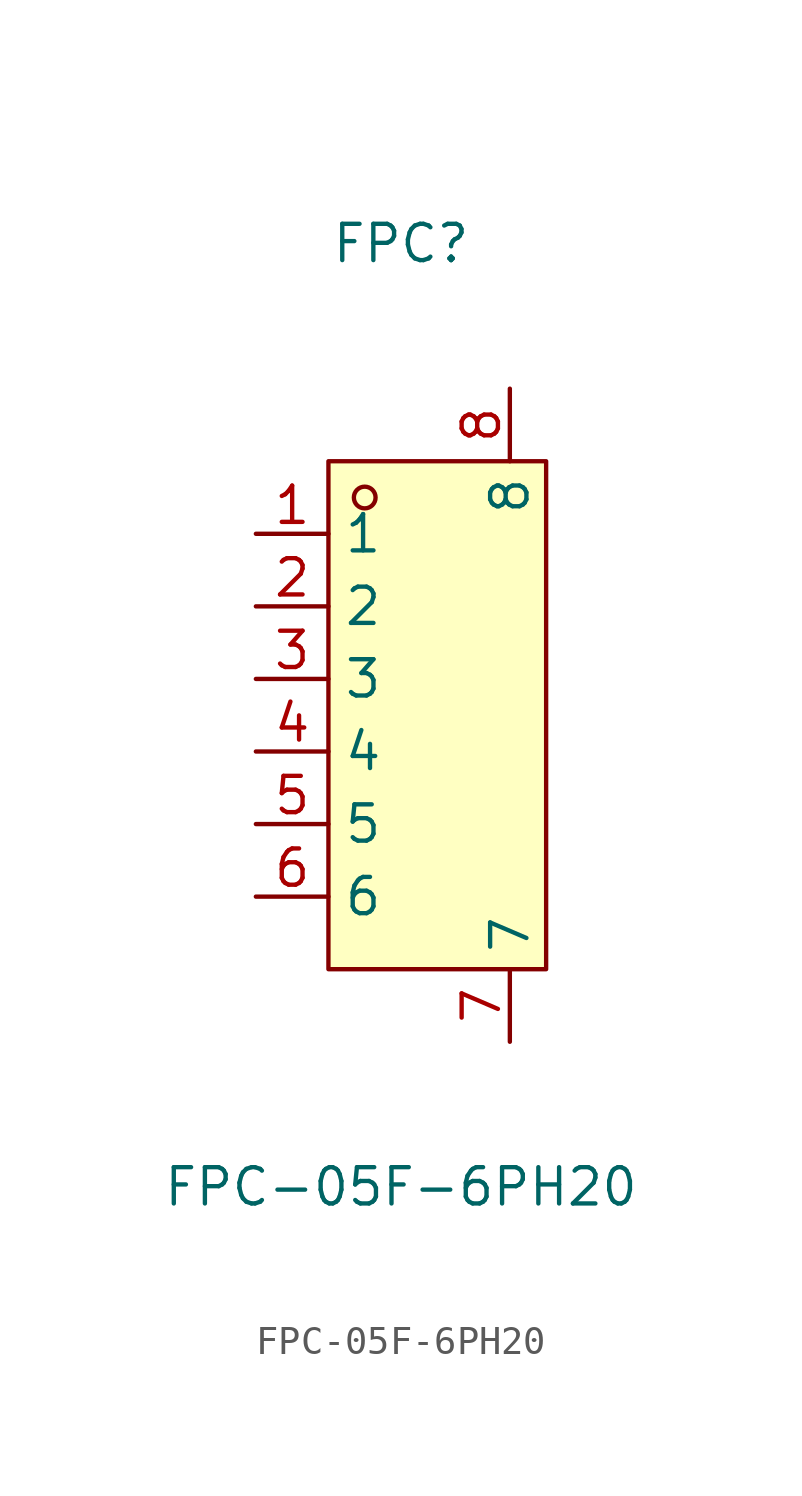
<source format=kicad_sym>
(kicad_symbol_lib
  (version 20211014)
  (generator https://github.com/uPesy/easyeda2kicad.py)
  (symbol "FPC-05F-6PH20"
    (property "Reference" "FPC"
      (at 0 16.51 0)
      (effects (font (size 1.27 1.27))))
    (property "Value" "FPC-05F-6PH20"
      (at 0 -16.51 0)
      (effects (font (size 1.27 1.27))))
    (symbol "FPC-05F-6PH20_0_1"
      (rectangle (start -2.54 8.89) (end 5.08 -8.89) (stroke (width 0) (type default) (color 0 0 0 0)) (fill (type background)))
      (circle (center -1.27 7.62) (radius 0.38) (stroke (width 0) (type default) (color 0 0 0 0)) (fill (type none)))
      (pin unspecified line (at -5.08 6.35 0) (length 2.54) (name "1" (effects (font (size 1.27 1.27)))) (number "1" (effects (font (size 1.27 1.27)))))
      (pin unspecified line (at -5.08 3.81 0) (length 2.54) (name "2" (effects (font (size 1.27 1.27)))) (number "2" (effects (font (size 1.27 1.27)))))
      (pin unspecified line (at -5.08 1.27 0) (length 2.54) (name "3" (effects (font (size 1.27 1.27)))) (number "3" (effects (font (size 1.27 1.27)))))
      (pin unspecified line (at -5.08 -1.27 0) (length 2.54) (name "4" (effects (font (size 1.27 1.27)))) (number "4" (effects (font (size 1.27 1.27)))))
      (pin unspecified line (at -5.08 -3.81 0) (length 2.54) (name "5" (effects (font (size 1.27 1.27)))) (number "5" (effects (font (size 1.27 1.27)))))
      (pin unspecified line (at -5.08 -6.35 0) (length 2.54) (name "6" (effects (font (size 1.27 1.27)))) (number "6" (effects (font (size 1.27 1.27)))))
      (pin unspecified line (at 3.81 -11.43 90) (length 2.54) (name "7" (effects (font (size 1.27 1.27)))) (number "7" (effects (font (size 1.27 1.27)))))
      (pin unspecified line (at 3.81 11.43 270) (length 2.54) (name "8" (effects (font (size 1.27 1.27)))) (number "8" (effects (font (size 1.27 1.27))))))))
</source>
